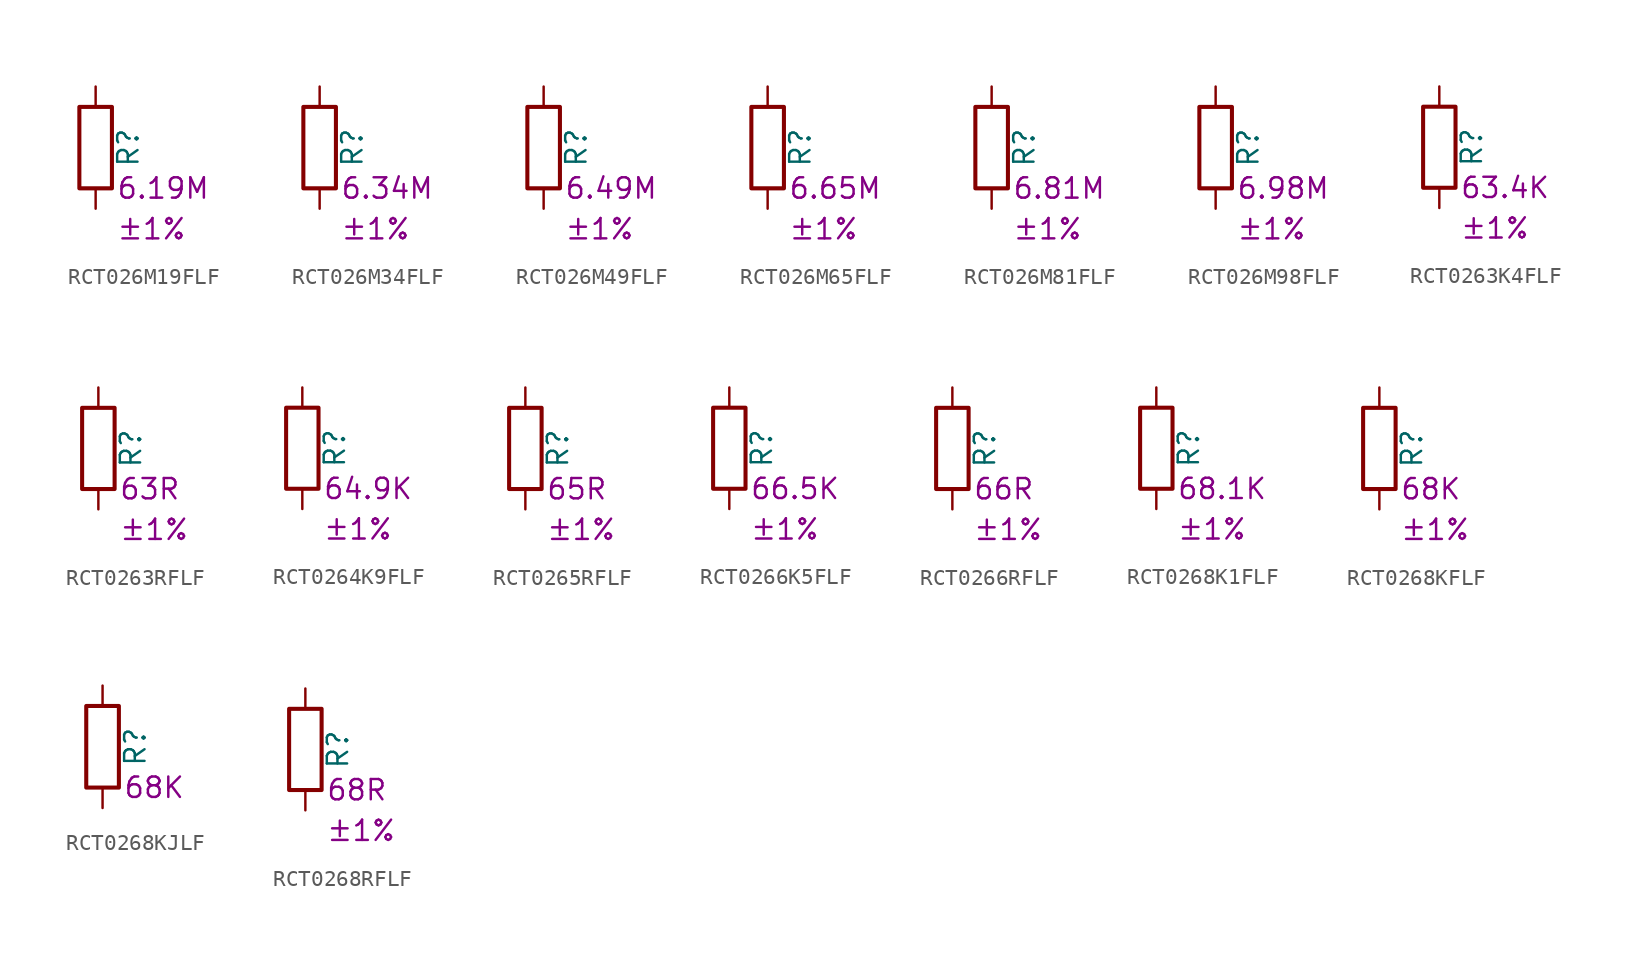
<source format=kicad_sym>
(kicad_symbol_lib
  (version 20220914)
  (generator kicad_symbol_editor)
  (symbol "RCT026M19FLF"
    (pin_numbers hide)
    (pin_names
      (offset 0))
    (property "Reference" "R"
      (at 2.032 0 90)
      (effects (font (size 1.27 1.27))))
    (property "Resistance" "6.19M"
      (at 1.27 -2.54 0)
      (effects (font (size 1.27 1.27)) (justify left)))
    (property "Tolerance" "±1%"
      (at 1.27 -5.08 0)
      (effects (font (size 1.27 1.27)) (justify left)))
    (symbol "RCT026M19FLF_0_1"
      (rectangle (start -1.016 -2.54) (end 1.016 2.54) (stroke (width 0.254) (type default)) (fill (type none))))
    (symbol "RCT026M19FLF_1_1"
      (pin passive line (at 0 3.81 270) (length 1.27) (name "~" (effects (font (size 1.27 1.27)))) (number "1" (effects (font (size 1.27 1.27)))))
      (pin passive line (at 0 -3.81 90) (length 1.27) (name "~" (effects (font (size 1.27 1.27)))) (number "2" (effects (font (size 1.27 1.27)))))))
  (symbol "RCT026M34FLF"
    (pin_numbers hide)
    (pin_names
      (offset 0))
    (property "Reference" "R"
      (at 2.032 0 90)
      (effects (font (size 1.27 1.27))))
    (property "Resistance" "6.34M"
      (at 1.27 -2.54 0)
      (effects (font (size 1.27 1.27)) (justify left)))
    (property "Tolerance" "±1%"
      (at 1.27 -5.08 0)
      (effects (font (size 1.27 1.27)) (justify left)))
    (symbol "RCT026M34FLF_0_1"
      (rectangle (start -1.016 -2.54) (end 1.016 2.54) (stroke (width 0.254) (type default)) (fill (type none))))
    (symbol "RCT026M34FLF_1_1"
      (pin passive line (at 0 3.81 270) (length 1.27) (name "~" (effects (font (size 1.27 1.27)))) (number "1" (effects (font (size 1.27 1.27)))))
      (pin passive line (at 0 -3.81 90) (length 1.27) (name "~" (effects (font (size 1.27 1.27)))) (number "2" (effects (font (size 1.27 1.27)))))))
  (symbol "RCT026M49FLF"
    (pin_numbers hide)
    (pin_names
      (offset 0))
    (property "Reference" "R"
      (at 2.032 0 90)
      (effects (font (size 1.27 1.27))))
    (property "Resistance" "6.49M"
      (at 1.27 -2.54 0)
      (effects (font (size 1.27 1.27)) (justify left)))
    (property "Tolerance" "±1%"
      (at 1.27 -5.08 0)
      (effects (font (size 1.27 1.27)) (justify left)))
    (symbol "RCT026M49FLF_0_1"
      (rectangle (start -1.016 -2.54) (end 1.016 2.54) (stroke (width 0.254) (type default)) (fill (type none))))
    (symbol "RCT026M49FLF_1_1"
      (pin passive line (at 0 3.81 270) (length 1.27) (name "~" (effects (font (size 1.27 1.27)))) (number "1" (effects (font (size 1.27 1.27)))))
      (pin passive line (at 0 -3.81 90) (length 1.27) (name "~" (effects (font (size 1.27 1.27)))) (number "2" (effects (font (size 1.27 1.27)))))))
  (symbol "RCT026M65FLF"
    (pin_numbers hide)
    (pin_names
      (offset 0))
    (property "Reference" "R"
      (at 2.032 0 90)
      (effects (font (size 1.27 1.27))))
    (property "Resistance" "6.65M"
      (at 1.27 -2.54 0)
      (effects (font (size 1.27 1.27)) (justify left)))
    (property "Tolerance" "±1%"
      (at 1.27 -5.08 0)
      (effects (font (size 1.27 1.27)) (justify left)))
    (symbol "RCT026M65FLF_0_1"
      (rectangle (start -1.016 -2.54) (end 1.016 2.54) (stroke (width 0.254) (type default)) (fill (type none))))
    (symbol "RCT026M65FLF_1_1"
      (pin passive line (at 0 3.81 270) (length 1.27) (name "~" (effects (font (size 1.27 1.27)))) (number "1" (effects (font (size 1.27 1.27)))))
      (pin passive line (at 0 -3.81 90) (length 1.27) (name "~" (effects (font (size 1.27 1.27)))) (number "2" (effects (font (size 1.27 1.27)))))))
  (symbol "RCT026M81FLF"
    (pin_numbers hide)
    (pin_names
      (offset 0))
    (property "Reference" "R"
      (at 2.032 0 90)
      (effects (font (size 1.27 1.27))))
    (property "Resistance" "6.81M"
      (at 1.27 -2.54 0)
      (effects (font (size 1.27 1.27)) (justify left)))
    (property "Tolerance" "±1%"
      (at 1.27 -5.08 0)
      (effects (font (size 1.27 1.27)) (justify left)))
    (symbol "RCT026M81FLF_0_1"
      (rectangle (start -1.016 -2.54) (end 1.016 2.54) (stroke (width 0.254) (type default)) (fill (type none))))
    (symbol "RCT026M81FLF_1_1"
      (pin passive line (at 0 3.81 270) (length 1.27) (name "~" (effects (font (size 1.27 1.27)))) (number "1" (effects (font (size 1.27 1.27)))))
      (pin passive line (at 0 -3.81 90) (length 1.27) (name "~" (effects (font (size 1.27 1.27)))) (number "2" (effects (font (size 1.27 1.27)))))))
  (symbol "RCT026M98FLF"
    (pin_numbers hide)
    (pin_names
      (offset 0))
    (property "Reference" "R"
      (at 2.032 0 90)
      (effects (font (size 1.27 1.27))))
    (property "Resistance" "6.98M"
      (at 1.27 -2.54 0)
      (effects (font (size 1.27 1.27)) (justify left)))
    (property "Tolerance" "±1%"
      (at 1.27 -5.08 0)
      (effects (font (size 1.27 1.27)) (justify left)))
    (symbol "RCT026M98FLF_0_1"
      (rectangle (start -1.016 -2.54) (end 1.016 2.54) (stroke (width 0.254) (type default)) (fill (type none))))
    (symbol "RCT026M98FLF_1_1"
      (pin passive line (at 0 3.81 270) (length 1.27) (name "~" (effects (font (size 1.27 1.27)))) (number "1" (effects (font (size 1.27 1.27)))))
      (pin passive line (at 0 -3.81 90) (length 1.27) (name "~" (effects (font (size 1.27 1.27)))) (number "2" (effects (font (size 1.27 1.27)))))))
  (symbol "RCT0263K4FLF"
    (pin_numbers hide)
    (pin_names
      (offset 0))
    (property "Reference" "R"
      (at 2.032 0 90)
      (effects (font (size 1.27 1.27))))
    (property "Resistance" "63.4K"
      (at 1.27 -2.54 0)
      (effects (font (size 1.27 1.27)) (justify left)))
    (property "Tolerance" "±1%"
      (at 1.27 -5.08 0)
      (effects (font (size 1.27 1.27)) (justify left)))
    (symbol "RCT0263K4FLF_0_1"
      (rectangle (start -1.016 -2.54) (end 1.016 2.54) (stroke (width 0.254) (type default)) (fill (type none))))
    (symbol "RCT0263K4FLF_1_1"
      (pin passive line (at 0 3.81 270) (length 1.27) (name "~" (effects (font (size 1.27 1.27)))) (number "1" (effects (font (size 1.27 1.27)))))
      (pin passive line (at 0 -3.81 90) (length 1.27) (name "~" (effects (font (size 1.27 1.27)))) (number "2" (effects (font (size 1.27 1.27)))))))
  (symbol "RCT0263RFLF"
    (pin_numbers hide)
    (pin_names
      (offset 0))
    (property "Reference" "R"
      (at 2.032 0 90)
      (effects (font (size 1.27 1.27))))
    (property "Resistance" "63R"
      (at 1.27 -2.54 0)
      (effects (font (size 1.27 1.27)) (justify left)))
    (property "Tolerance" "±1%"
      (at 1.27 -5.08 0)
      (effects (font (size 1.27 1.27)) (justify left)))
    (symbol "RCT0263RFLF_0_1"
      (rectangle (start -1.016 -2.54) (end 1.016 2.54) (stroke (width 0.254) (type default)) (fill (type none))))
    (symbol "RCT0263RFLF_1_1"
      (pin passive line (at 0 3.81 270) (length 1.27) (name "~" (effects (font (size 1.27 1.27)))) (number "1" (effects (font (size 1.27 1.27)))))
      (pin passive line (at 0 -3.81 90) (length 1.27) (name "~" (effects (font (size 1.27 1.27)))) (number "2" (effects (font (size 1.27 1.27)))))))
  (symbol "RCT0264K9FLF"
    (pin_numbers hide)
    (pin_names
      (offset 0))
    (property "Reference" "R"
      (at 2.032 0 90)
      (effects (font (size 1.27 1.27))))
    (property "Resistance" "64.9K"
      (at 1.27 -2.54 0)
      (effects (font (size 1.27 1.27)) (justify left)))
    (property "Tolerance" "±1%"
      (at 1.27 -5.08 0)
      (effects (font (size 1.27 1.27)) (justify left)))
    (symbol "RCT0264K9FLF_0_1"
      (rectangle (start -1.016 -2.54) (end 1.016 2.54) (stroke (width 0.254) (type default)) (fill (type none))))
    (symbol "RCT0264K9FLF_1_1"
      (pin passive line (at 0 3.81 270) (length 1.27) (name "~" (effects (font (size 1.27 1.27)))) (number "1" (effects (font (size 1.27 1.27)))))
      (pin passive line (at 0 -3.81 90) (length 1.27) (name "~" (effects (font (size 1.27 1.27)))) (number "2" (effects (font (size 1.27 1.27)))))))
  (symbol "RCT0265RFLF"
    (pin_numbers hide)
    (pin_names
      (offset 0))
    (property "Reference" "R"
      (at 2.032 0 90)
      (effects (font (size 1.27 1.27))))
    (property "Resistance" "65R"
      (at 1.27 -2.54 0)
      (effects (font (size 1.27 1.27)) (justify left)))
    (property "Tolerance" "±1%"
      (at 1.27 -5.08 0)
      (effects (font (size 1.27 1.27)) (justify left)))
    (symbol "RCT0265RFLF_0_1"
      (rectangle (start -1.016 -2.54) (end 1.016 2.54) (stroke (width 0.254) (type default)) (fill (type none))))
    (symbol "RCT0265RFLF_1_1"
      (pin passive line (at 0 3.81 270) (length 1.27) (name "~" (effects (font (size 1.27 1.27)))) (number "1" (effects (font (size 1.27 1.27)))))
      (pin passive line (at 0 -3.81 90) (length 1.27) (name "~" (effects (font (size 1.27 1.27)))) (number "2" (effects (font (size 1.27 1.27)))))))
  (symbol "RCT0266K5FLF"
    (pin_numbers hide)
    (pin_names
      (offset 0))
    (property "Reference" "R"
      (at 2.032 0 90)
      (effects (font (size 1.27 1.27))))
    (property "Resistance" "66.5K"
      (at 1.27 -2.54 0)
      (effects (font (size 1.27 1.27)) (justify left)))
    (property "Tolerance" "±1%"
      (at 1.27 -5.08 0)
      (effects (font (size 1.27 1.27)) (justify left)))
    (symbol "RCT0266K5FLF_0_1"
      (rectangle (start -1.016 -2.54) (end 1.016 2.54) (stroke (width 0.254) (type default)) (fill (type none))))
    (symbol "RCT0266K5FLF_1_1"
      (pin passive line (at 0 3.81 270) (length 1.27) (name "~" (effects (font (size 1.27 1.27)))) (number "1" (effects (font (size 1.27 1.27)))))
      (pin passive line (at 0 -3.81 90) (length 1.27) (name "~" (effects (font (size 1.27 1.27)))) (number "2" (effects (font (size 1.27 1.27)))))))
  (symbol "RCT0266RFLF"
    (pin_numbers hide)
    (pin_names
      (offset 0))
    (property "Reference" "R"
      (at 2.032 0 90)
      (effects (font (size 1.27 1.27))))
    (property "Resistance" "66R"
      (at 1.27 -2.54 0)
      (effects (font (size 1.27 1.27)) (justify left)))
    (property "Tolerance" "±1%"
      (at 1.27 -5.08 0)
      (effects (font (size 1.27 1.27)) (justify left)))
    (symbol "RCT0266RFLF_0_1"
      (rectangle (start -1.016 -2.54) (end 1.016 2.54) (stroke (width 0.254) (type default)) (fill (type none))))
    (symbol "RCT0266RFLF_1_1"
      (pin passive line (at 0 3.81 270) (length 1.27) (name "~" (effects (font (size 1.27 1.27)))) (number "1" (effects (font (size 1.27 1.27)))))
      (pin passive line (at 0 -3.81 90) (length 1.27) (name "~" (effects (font (size 1.27 1.27)))) (number "2" (effects (font (size 1.27 1.27)))))))
  (symbol "RCT0268K1FLF"
    (pin_numbers hide)
    (pin_names
      (offset 0))
    (property "Reference" "R"
      (at 2.032 0 90)
      (effects (font (size 1.27 1.27))))
    (property "Resistance" "68.1K"
      (at 1.27 -2.54 0)
      (effects (font (size 1.27 1.27)) (justify left)))
    (property "Tolerance" "±1%"
      (at 1.27 -5.08 0)
      (effects (font (size 1.27 1.27)) (justify left)))
    (symbol "RCT0268K1FLF_0_1"
      (rectangle (start -1.016 -2.54) (end 1.016 2.54) (stroke (width 0.254) (type default)) (fill (type none))))
    (symbol "RCT0268K1FLF_1_1"
      (pin passive line (at 0 3.81 270) (length 1.27) (name "~" (effects (font (size 1.27 1.27)))) (number "1" (effects (font (size 1.27 1.27)))))
      (pin passive line (at 0 -3.81 90) (length 1.27) (name "~" (effects (font (size 1.27 1.27)))) (number "2" (effects (font (size 1.27 1.27)))))))
  (symbol "RCT0268KFLF"
    (pin_numbers hide)
    (pin_names
      (offset 0))
    (property "Reference" "R"
      (at 2.032 0 90)
      (effects (font (size 1.27 1.27))))
    (property "Resistance" "68K"
      (at 1.27 -2.54 0)
      (effects (font (size 1.27 1.27)) (justify left)))
    (property "Tolerance" "±1%"
      (at 1.27 -5.08 0)
      (effects (font (size 1.27 1.27)) (justify left)))
    (symbol "RCT0268KFLF_0_1"
      (rectangle (start -1.016 -2.54) (end 1.016 2.54) (stroke (width 0.254) (type default)) (fill (type none))))
    (symbol "RCT0268KFLF_1_1"
      (pin passive line (at 0 3.81 270) (length 1.27) (name "~" (effects (font (size 1.27 1.27)))) (number "1" (effects (font (size 1.27 1.27)))))
      (pin passive line (at 0 -3.81 90) (length 1.27) (name "~" (effects (font (size 1.27 1.27)))) (number "2" (effects (font (size 1.27 1.27)))))))
  (symbol "RCT0268KJLF"
    (pin_numbers hide)
    (pin_names
      (offset 0))
    (property "Reference" "R"
      (at 2.032 0 90)
      (effects (font (size 1.27 1.27))))
    (property "Resistance" "68K"
      (at 1.27 -2.54 0)
      (effects (font (size 1.27 1.27)) (justify left)))
    (symbol "RCT0268KJLF_0_1"
      (rectangle (start -1.016 -2.54) (end 1.016 2.54) (stroke (width 0.254) (type default)) (fill (type none))))
    (symbol "RCT0268KJLF_1_1"
      (pin passive line (at 0 3.81 270) (length 1.27) (name "~" (effects (font (size 1.27 1.27)))) (number "1" (effects (font (size 1.27 1.27)))))
      (pin passive line (at 0 -3.81 90) (length 1.27) (name "~" (effects (font (size 1.27 1.27)))) (number "2" (effects (font (size 1.27 1.27)))))))
  (symbol "RCT0268RFLF"
    (pin_numbers hide)
    (pin_names
      (offset 0))
    (property "Reference" "R"
      (at 2.032 0 90)
      (effects (font (size 1.27 1.27))))
    (property "Resistance" "68R"
      (at 1.27 -2.54 0)
      (effects (font (size 1.27 1.27)) (justify left)))
    (property "Tolerance" "±1%"
      (at 1.27 -5.08 0)
      (effects (font (size 1.27 1.27)) (justify left)))
    (symbol "RCT0268RFLF_0_1"
      (rectangle (start -1.016 -2.54) (end 1.016 2.54) (stroke (width 0.254) (type default)) (fill (type none))))
    (symbol "RCT0268RFLF_1_1"
      (pin passive line (at 0 3.81 270) (length 1.27) (name "~" (effects (font (size 1.27 1.27)))) (number "1" (effects (font (size 1.27 1.27)))))
      (pin passive line (at 0 -3.81 90) (length 1.27) (name "~" (effects (font (size 1.27 1.27)))) (number "2" (effects (font (size 1.27 1.27))))))))
</source>
